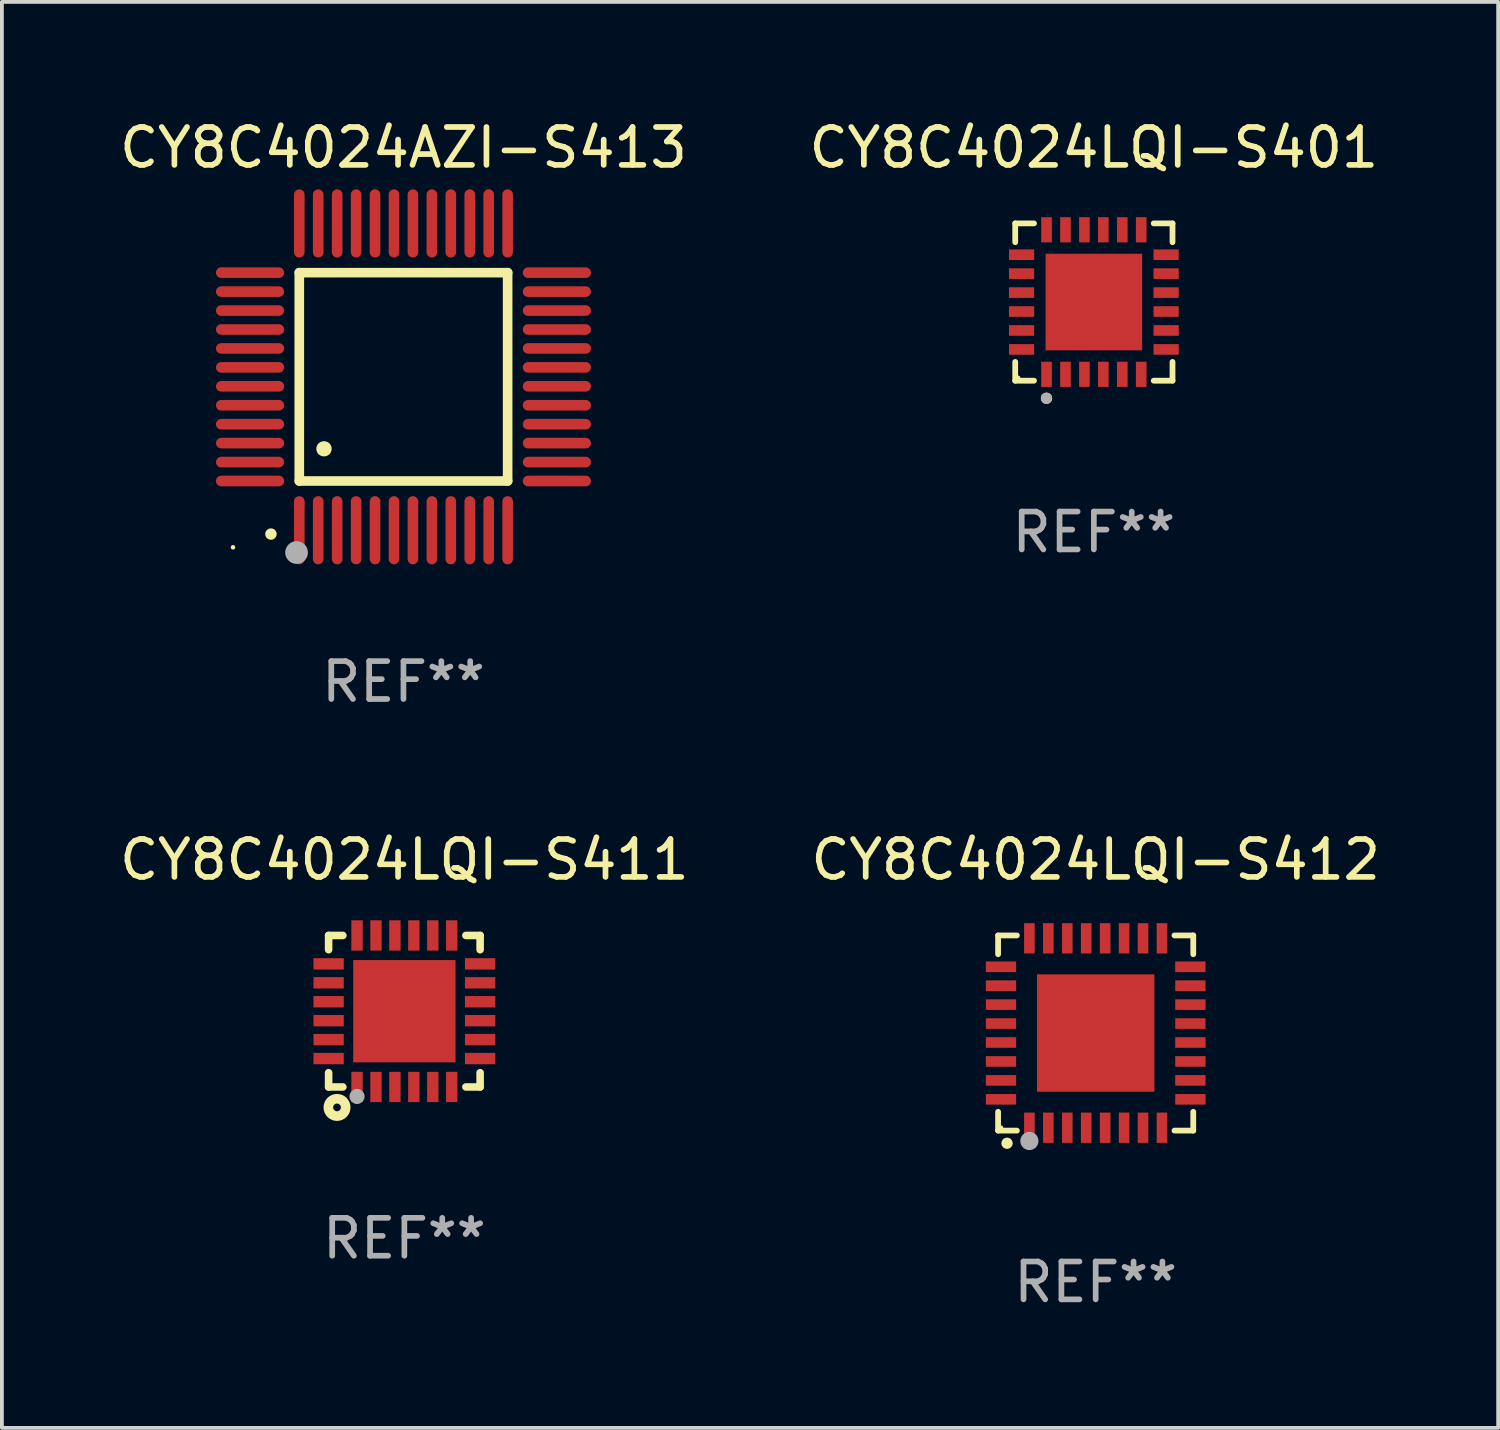
<source format=kicad_pcb>
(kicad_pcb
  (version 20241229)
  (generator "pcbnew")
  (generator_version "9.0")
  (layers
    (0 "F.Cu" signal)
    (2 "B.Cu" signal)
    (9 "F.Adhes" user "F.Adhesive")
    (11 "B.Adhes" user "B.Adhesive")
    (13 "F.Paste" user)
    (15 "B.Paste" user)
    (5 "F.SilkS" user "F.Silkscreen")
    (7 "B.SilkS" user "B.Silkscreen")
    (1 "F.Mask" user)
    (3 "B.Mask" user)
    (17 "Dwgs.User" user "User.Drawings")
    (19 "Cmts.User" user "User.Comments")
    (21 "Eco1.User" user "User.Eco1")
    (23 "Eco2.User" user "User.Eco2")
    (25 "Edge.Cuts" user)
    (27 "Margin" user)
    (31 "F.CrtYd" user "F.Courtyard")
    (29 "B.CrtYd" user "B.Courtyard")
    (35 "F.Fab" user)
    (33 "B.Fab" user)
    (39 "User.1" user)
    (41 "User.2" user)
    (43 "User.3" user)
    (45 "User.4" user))
  (footprint "CY8C4024LQI-S411"
    (layer "F.Cu")
    (at 7.625 23.645)
    (property "Reference" "CY8C4024LQI-S411" (at 0 -4 0) (layer "F.SilkS") (effects (font (size 1 1) (thickness 0.15))))
    (attr through_hole)
    (fp_line (start -2 -2) (end -1.624 -2) (stroke (width 0.2) (type solid)) (layer "F.SilkS"))
    (fp_line (start -2 -1.624) (end -2 -2) (stroke (width 0.2) (type solid)) (layer "F.SilkS"))
    (fp_line (start -2 2) (end -2 1.624) (stroke (width 0.2) (type solid)) (layer "F.SilkS"))
    (fp_line (start -2 2) (end -1.624 2) (stroke (width 0.2) (type solid)) (layer "F.SilkS"))
    (fp_line (start 1.624 -2) (end 2 -2) (stroke (width 0.2) (type solid)) (layer "F.SilkS"))
    (fp_line (start 1.624 2) (end 2 2) (stroke (width 0.2) (type solid)) (layer "F.SilkS"))
    (fp_line (start 2 -2) (end 2 -1.624) (stroke (width 0.2) (type solid)) (layer "F.SilkS"))
    (fp_line (start 2 1.624) (end 2 2) (stroke (width 0.2) (type solid)) (layer "F.SilkS"))
    (fp_circle (center -2 2) (end -1.97 2) (stroke (width 0.06) (type solid)) (fill no) (layer "F.SilkS"))
    (fp_circle (center -1.778 2.54) (end -1.676 2.54) (stroke (width 0.254) (type solid)) (fill no) (layer "F.SilkS"))
    (fp_circle (center -1.25 2.25) (end -1.15 2.25) (stroke (width 0.2) (type solid)) (fill no) (layer "F.Fab"))
    (fp_text user "REF**" (at 0 6 0) (layer "F.Fab") (effects (font (size 1 1) (thickness 0.15))))
    (pad "1" smd rect (at -1.25 2) (size 0.3 0.8) (layers "F.Cu" "F.Mask" "F.Paste"))
    (pad "2" smd rect (at -0.75 2) (size 0.3 0.8) (layers "F.Cu" "F.Mask" "F.Paste"))
    (pad "3" smd rect (at -0.25 2) (size 0.3 0.8) (layers "F.Cu" "F.Mask" "F.Paste"))
    (pad "4" smd rect (at 0.25 2) (size 0.3 0.8) (layers "F.Cu" "F.Mask" "F.Paste"))
    (pad "5" smd rect (at 0.75 2) (size 0.3 0.8) (layers "F.Cu" "F.Mask" "F.Paste"))
    (pad "6" smd rect (at 1.25 2) (size 0.3 0.8) (layers "F.Cu" "F.Mask" "F.Paste"))
    (pad "7" smd rect (at 2 1.25 90) (size 0.3 0.8) (layers "F.Cu" "F.Mask" "F.Paste"))
    (pad "8" smd rect (at 2 0.75 90) (size 0.3 0.8) (layers "F.Cu" "F.Mask" "F.Paste"))
    (pad "9" smd rect (at 2 0.25 90) (size 0.3 0.8) (layers "F.Cu" "F.Mask" "F.Paste"))
    (pad "10" smd rect (at 2 -0.25 90) (size 0.3 0.8) (layers "F.Cu" "F.Mask" "F.Paste"))
    (pad "11" smd rect (at 2 -0.75 90) (size 0.3 0.8) (layers "F.Cu" "F.Mask" "F.Paste"))
    (pad "12" smd rect (at 2 -1.25 90) (size 0.3 0.8) (layers "F.Cu" "F.Mask" "F.Paste"))
    (pad "13" smd rect (at 1.25 -2 180) (size 0.3 0.8) (layers "F.Cu" "F.Mask" "F.Paste"))
    (pad "14" smd rect (at 0.75 -2 180) (size 0.3 0.8) (layers "F.Cu" "F.Mask" "F.Paste"))
    (pad "15" smd rect (at 0.25 -2 180) (size 0.3 0.8) (layers "F.Cu" "F.Mask" "F.Paste"))
    (pad "16" smd rect (at -0.25 -2 180) (size 0.3 0.8) (layers "F.Cu" "F.Mask" "F.Paste"))
    (pad "17" smd rect (at -0.75 -2 180) (size 0.3 0.8) (layers "F.Cu" "F.Mask" "F.Paste"))
    (pad "18" smd rect (at -1.25 -2 180) (size 0.3 0.8) (layers "F.Cu" "F.Mask" "F.Paste"))
    (pad "19" smd rect (at -2 -1.25 270) (size 0.3 0.8) (layers "F.Cu" "F.Mask" "F.Paste"))
    (pad "20" smd rect (at -2 -0.75 270) (size 0.3 0.8) (layers "F.Cu" "F.Mask" "F.Paste"))
    (pad "21" smd rect (at -2 -0.25 270) (size 0.3 0.8) (layers "F.Cu" "F.Mask" "F.Paste"))
    (pad "22" smd rect (at -2 0.25 270) (size 0.3 0.8) (layers "F.Cu" "F.Mask" "F.Paste"))
    (pad "23" smd rect (at -2 0.75 270) (size 0.3 0.8) (layers "F.Cu" "F.Mask" "F.Paste"))
    (pad "24" smd rect (at -2 1.25 270) (size 0.3 0.8) (layers "F.Cu" "F.Mask" "F.Paste"))
    (pad "25" smd rect (at 0 0) (size 2.7 2.7) (layers "F.Cu" "F.Mask" "F.Paste")))
  (footprint "CY8C4024LQI-S401"
    (layer "F.Cu")
    (at 25.827 4.924)
    (property "Reference" "CY8C4024LQI-S401" (at 0 -4.076 0) (layer "F.SilkS") (effects (font (size 1 1) (thickness 0.15))))
    (attr through_hole)
    (fp_line (start -2.076 -2.076) (end -1.58 -2.076) (stroke (width 0.152) (type solid)) (layer "F.SilkS"))
    (fp_line (start -2.076 -1.58) (end -2.076 -2.076) (stroke (width 0.152) (type solid)) (layer "F.SilkS"))
    (fp_line (start -2.076 1.58) (end -2.076 2.076) (stroke (width 0.152) (type solid)) (layer "F.SilkS"))
    (fp_line (start -2.076 2.076) (end -1.58 2.076) (stroke (width 0.152) (type solid)) (layer "F.SilkS"))
    (fp_line (start 2.076 -2.076) (end 1.58 -2.076) (stroke (width 0.152) (type solid)) (layer "F.SilkS"))
    (fp_line (start 2.076 -1.58) (end 2.076 -2.076) (stroke (width 0.152) (type solid)) (layer "F.SilkS"))
    (fp_line (start 2.076 1.58) (end 2.076 2.076) (stroke (width 0.152) (type solid)) (layer "F.SilkS"))
    (fp_line (start 2.076 2.076) (end 1.58 2.076) (stroke (width 0.152) (type solid)) (layer "F.SilkS"))
    (fp_circle (center -2 2) (end -1.97 2) (stroke (width 0.06) (type solid)) (fill no) (layer "F.SilkS"))
    (fp_circle (center -1.25 2.54) (end -1.175 2.54) (stroke (width 0.15) (type solid)) (fill no) (layer "F.SilkS"))
    (fp_circle (center -1.25 2.54) (end -1.175 2.54) (stroke (width 0.15) (type solid)) (fill no) (layer "F.Fab"))
    (fp_text user "REF**" (at 0 6.076 0) (layer "F.Fab") (effects (font (size 1 1) (thickness 0.15))))
    (pad "1" smd rect (at -1.25 1.908) (size 0.28 0.665) (layers "F.Cu" "F.Mask" "F.Paste"))
    (pad "2" smd rect (at -0.75 1.908) (size 0.28 0.665) (layers "F.Cu" "F.Mask" "F.Paste"))
    (pad "3" smd rect (at -0.25 1.908) (size 0.28 0.665) (layers "F.Cu" "F.Mask" "F.Paste"))
    (pad "4" smd rect (at 0.25 1.908) (size 0.28 0.665) (layers "F.Cu" "F.Mask" "F.Paste"))
    (pad "5" smd rect (at 0.75 1.908) (size 0.28 0.665) (layers "F.Cu" "F.Mask" "F.Paste"))
    (pad "6" smd rect (at 1.25 1.908) (size 0.28 0.665) (layers "F.Cu" "F.Mask" "F.Paste"))
    (pad "7" smd rect (at 1.908 1.25) (size 0.665 0.28) (layers "F.Cu" "F.Mask" "F.Paste"))
    (pad "8" smd rect (at 1.908 0.75) (size 0.665 0.28) (layers "F.Cu" "F.Mask" "F.Paste"))
    (pad "9" smd rect (at 1.908 0.25) (size 0.665 0.28) (layers "F.Cu" "F.Mask" "F.Paste"))
    (pad "10" smd rect (at 1.908 -0.25) (size 0.665 0.28) (layers "F.Cu" "F.Mask" "F.Paste"))
    (pad "11" smd rect (at 1.908 -0.75) (size 0.665 0.28) (layers "F.Cu" "F.Mask" "F.Paste"))
    (pad "12" smd rect (at 1.908 -1.25) (size 0.665 0.28) (layers "F.Cu" "F.Mask" "F.Paste"))
    (pad "13" smd rect (at 1.25 -1.908) (size 0.28 0.665) (layers "F.Cu" "F.Mask" "F.Paste"))
    (pad "14" smd rect (at 0.75 -1.908) (size 0.28 0.665) (layers "F.Cu" "F.Mask" "F.Paste"))
    (pad "15" smd rect (at 0.25 -1.908) (size 0.28 0.665) (layers "F.Cu" "F.Mask" "F.Paste"))
    (pad "16" smd rect (at -0.25 -1.908) (size 0.28 0.665) (layers "F.Cu" "F.Mask" "F.Paste"))
    (pad "17" smd rect (at -0.75 -1.908) (size 0.28 0.665) (layers "F.Cu" "F.Mask" "F.Paste"))
    (pad "18" smd rect (at -1.25 -1.908) (size 0.28 0.665) (layers "F.Cu" "F.Mask" "F.Paste"))
    (pad "19" smd rect (at -1.908 -1.25) (size 0.665 0.28) (layers "F.Cu" "F.Mask" "F.Paste"))
    (pad "20" smd rect (at -1.908 -0.75) (size 0.665 0.28) (layers "F.Cu" "F.Mask" "F.Paste"))
    (pad "21" smd rect (at -1.908 -0.25) (size 0.665 0.28) (layers "F.Cu" "F.Mask" "F.Paste"))
    (pad "22" smd rect (at -1.908 0.25) (size 0.665 0.28) (layers "F.Cu" "F.Mask" "F.Paste"))
    (pad "23" smd rect (at -1.908 0.75) (size 0.665 0.28) (layers "F.Cu" "F.Mask" "F.Paste"))
    (pad "24" smd rect (at -1.908 1.25) (size 0.665 0.28) (layers "F.Cu" "F.Mask" "F.Paste"))
    (pad "25" smd rect (at 0 0) (size 2.55 2.55) (layers "F.Cu" "F.Mask" "F.Paste")))
  (footprint "CY8C4024AZI-S413"
    (layer "F.Cu")
    (at 7.601 6.898)
    (property "Reference" "CY8C4024AZI-S413" (at 0 -6.05 0) (layer "F.SilkS") (effects (font (size 1 1) (thickness 0.15))))
    (attr through_hole)
    (fp_line (start -2.75 -2.75) (end 2.75 -2.75) (stroke (width 0.254) (type solid)) (layer "F.SilkS"))
    (fp_line (start -2.75 2.75) (end -2.75 -2.75) (stroke (width 0.254) (type solid)) (layer "F.SilkS"))
    (fp_line (start 2.75 -2.75) (end 2.75 2.75) (stroke (width 0.254) (type solid)) (layer "F.SilkS"))
    (fp_line (start 2.75 2.75) (end -2.75 2.75) (stroke (width 0.254) (type solid)) (layer "F.SilkS"))
    (fp_arc (start -3.500127 4.150368) (mid -3.498857 4.150363) (end -3.497587 4.150368) (stroke (width 0.3) (type solid)) (layer "F.SilkS"))
    (fp_arc (start -2.100584 1.899924) (mid -2.098044 1.899908) (end -2.095504 1.899924) (stroke (width 0.4) (type solid)) (layer "F.SilkS"))
    (fp_circle (center -4.5 4.5) (end -4.47 4.5) (stroke (width 0.06) (type solid)) (fill no) (layer "F.SilkS"))
    (fp_circle (center -2.822 4.638) (end -2.672 4.638) (stroke (width 0.3) (type solid)) (fill no) (layer "F.Fab"))
    (fp_text user "REF**" (at 0 8.05 0) (layer "F.Fab") (effects (font (size 1 1) (thickness 0.15))))
    (pad "1" smd oval (at -2.75 4.05) (size 0.28 1.8) (layers "F.Cu" "F.Mask" "F.Paste"))
    (pad "2" smd oval (at -2.25 4.05) (size 0.28 1.8) (layers "F.Cu" "F.Mask" "F.Paste"))
    (pad "3" smd oval (at -1.75 4.05) (size 0.28 1.8) (layers "F.Cu" "F.Mask" "F.Paste"))
    (pad "4" smd oval (at -1.25 4.05) (size 0.28 1.8) (layers "F.Cu" "F.Mask" "F.Paste"))
    (pad "5" smd oval (at -0.75 4.05) (size 0.28 1.8) (layers "F.Cu" "F.Mask" "F.Paste"))
    (pad "6" smd oval (at -0.25 4.05) (size 0.28 1.8) (layers "F.Cu" "F.Mask" "F.Paste"))
    (pad "7" smd oval (at 0.25 4.05) (size 0.28 1.8) (layers "F.Cu" "F.Mask" "F.Paste"))
    (pad "8" smd oval (at 0.75 4.05) (size 0.28 1.8) (layers "F.Cu" "F.Mask" "F.Paste"))
    (pad "9" smd oval (at 1.25 4.05) (size 0.28 1.8) (layers "F.Cu" "F.Mask" "F.Paste"))
    (pad "10" smd oval (at 1.75 4.05) (size 0.28 1.8) (layers "F.Cu" "F.Mask" "F.Paste"))
    (pad "11" smd oval (at 2.25 4.05) (size 0.28 1.8) (layers "F.Cu" "F.Mask" "F.Paste"))
    (pad "12" smd oval (at 2.75 4.05) (size 0.28 1.8) (layers "F.Cu" "F.Mask" "F.Paste"))
    (pad "13" smd oval (at 4.05 2.75) (size 1.8 0.28) (layers "F.Cu" "F.Mask" "F.Paste"))
    (pad "14" smd oval (at 4.05 2.25) (size 1.8 0.28) (layers "F.Cu" "F.Mask" "F.Paste"))
    (pad "15" smd oval (at 4.05 1.75) (size 1.8 0.28) (layers "F.Cu" "F.Mask" "F.Paste"))
    (pad "16" smd oval (at 4.05 1.25) (size 1.8 0.28) (layers "F.Cu" "F.Mask" "F.Paste"))
    (pad "17" smd oval (at 4.05 0.75) (size 1.8 0.28) (layers "F.Cu" "F.Mask" "F.Paste"))
    (pad "18" smd oval (at 4.05 0.25) (size 1.8 0.28) (layers "F.Cu" "F.Mask" "F.Paste"))
    (pad "19" smd oval (at 4.05 -0.25) (size 1.8 0.28) (layers "F.Cu" "F.Mask" "F.Paste"))
    (pad "20" smd oval (at 4.05 -0.75) (size 1.8 0.28) (layers "F.Cu" "F.Mask" "F.Paste"))
    (pad "21" smd oval (at 4.05 -1.25) (size 1.8 0.28) (layers "F.Cu" "F.Mask" "F.Paste"))
    (pad "22" smd oval (at 4.05 -1.75) (size 1.8 0.28) (layers "F.Cu" "F.Mask" "F.Paste"))
    (pad "23" smd oval (at 4.05 -2.25) (size 1.8 0.28) (layers "F.Cu" "F.Mask" "F.Paste"))
    (pad "24" smd oval (at 4.05 -2.75) (size 1.8 0.28) (layers "F.Cu" "F.Mask" "F.Paste"))
    (pad "25" smd oval (at 2.75 -4.05) (size 0.28 1.8) (layers "F.Cu" "F.Mask" "F.Paste"))
    (pad "26" smd oval (at 2.25 -4.05) (size 0.28 1.8) (layers "F.Cu" "F.Mask" "F.Paste"))
    (pad "27" smd oval (at 1.75 -4.05) (size 0.28 1.8) (layers "F.Cu" "F.Mask" "F.Paste"))
    (pad "28" smd oval (at 1.25 -4.05) (size 0.28 1.8) (layers "F.Cu" "F.Mask" "F.Paste"))
    (pad "29" smd oval (at 0.75 -4.05) (size 0.28 1.8) (layers "F.Cu" "F.Mask" "F.Paste"))
    (pad "30" smd oval (at 0.25 -4.05) (size 0.28 1.8) (layers "F.Cu" "F.Mask" "F.Paste"))
    (pad "31" smd oval (at -0.25 -4.05) (size 0.28 1.8) (layers "F.Cu" "F.Mask" "F.Paste"))
    (pad "32" smd oval (at -0.75 -4.05) (size 0.28 1.8) (layers "F.Cu" "F.Mask" "F.Paste"))
    (pad "33" smd oval (at -1.25 -4.05) (size 0.28 1.8) (layers "F.Cu" "F.Mask" "F.Paste"))
    (pad "34" smd oval (at -1.75 -4.05) (size 0.28 1.8) (layers "F.Cu" "F.Mask" "F.Paste"))
    (pad "35" smd oval (at -2.25 -4.05) (size 0.28 1.8) (layers "F.Cu" "F.Mask" "F.Paste"))
    (pad "36" smd oval (at -2.75 -4.05) (size 0.28 1.8) (layers "F.Cu" "F.Mask" "F.Paste"))
    (pad "37" smd oval (at -4.05 -2.75) (size 1.8 0.28) (layers "F.Cu" "F.Mask" "F.Paste"))
    (pad "38" smd oval (at -4.05 -2.25) (size 1.8 0.28) (layers "F.Cu" "F.Mask" "F.Paste"))
    (pad "39" smd oval (at -4.05 -1.75) (size 1.8 0.28) (layers "F.Cu" "F.Mask" "F.Paste"))
    (pad "40" smd oval (at -4.05 -1.25) (size 1.8 0.28) (layers "F.Cu" "F.Mask" "F.Paste"))
    (pad "41" smd oval (at -4.05 -0.75) (size 1.8 0.28) (layers "F.Cu" "F.Mask" "F.Paste"))
    (pad "42" smd oval (at -4.05 -0.25) (size 1.8 0.28) (layers "F.Cu" "F.Mask" "F.Paste"))
    (pad "43" smd oval (at -4.05 0.25) (size 1.8 0.28) (layers "F.Cu" "F.Mask" "F.Paste"))
    (pad "44" smd oval (at -4.05 0.75) (size 1.8 0.28) (layers "F.Cu" "F.Mask" "F.Paste"))
    (pad "45" smd oval (at -4.05 1.25) (size 1.8 0.28) (layers "F.Cu" "F.Mask" "F.Paste"))
    (pad "46" smd oval (at -4.05 1.75) (size 1.8 0.28) (layers "F.Cu" "F.Mask" "F.Paste"))
    (pad "47" smd oval (at -4.05 2.25) (size 1.8 0.28) (layers "F.Cu" "F.Mask" "F.Paste"))
    (pad "48" smd oval (at -4.05 2.75) (size 1.8 0.28) (layers "F.Cu" "F.Mask" "F.Paste")))
  (footprint "CY8C4024LQI-S412"
    (layer "F.Cu")
    (at 25.875 24.221)
    (property "Reference" "CY8C4024LQI-S412" (at 0 -4.576 0) (layer "F.SilkS") (effects (font (size 1 1) (thickness 0.15))))
    (attr through_hole)
    (fp_line (start -2.576 -2.576) (end -2.08 -2.576) (stroke (width 0.152) (type solid)) (layer "F.SilkS"))
    (fp_line (start -2.576 -2.08) (end -2.576 -2.576) (stroke (width 0.152) (type solid)) (layer "F.SilkS"))
    (fp_line (start -2.576 2.08) (end -2.576 2.576) (stroke (width 0.152) (type solid)) (layer "F.SilkS"))
    (fp_line (start -2.576 2.576) (end -2.08 2.576) (stroke (width 0.152) (type solid)) (layer "F.SilkS"))
    (fp_line (start 2.576 -2.576) (end 2.08 -2.576) (stroke (width 0.152) (type solid)) (layer "F.SilkS"))
    (fp_line (start 2.576 -2.08) (end 2.576 -2.576) (stroke (width 0.152) (type solid)) (layer "F.SilkS"))
    (fp_line (start 2.576 2.08) (end 2.576 2.576) (stroke (width 0.152) (type solid)) (layer "F.SilkS"))
    (fp_line (start 2.576 2.576) (end 2.08 2.576) (stroke (width 0.152) (type solid)) (layer "F.SilkS"))
    (fp_circle (center -2.5 2.5) (end -2.47 2.5) (stroke (width 0.06) (type solid)) (fill no) (layer "F.SilkS"))
    (fp_circle (center -2.34 2.91) (end -2.265 2.91) (stroke (width 0.15) (type solid)) (fill no) (layer "F.SilkS"))
    (fp_circle (center -1.75 2.85) (end -1.63 2.85) (stroke (width 0.24) (type solid)) (fill no) (layer "F.Fab"))
    (fp_text user "REF**" (at 0 6.576 0) (layer "F.Fab") (effects (font (size 1 1) (thickness 0.15))))
    (pad "1" smd rect (at -1.75 2.5) (size 0.28 0.8) (layers "F.Cu" "F.Mask" "F.Paste"))
    (pad "2" smd rect (at -1.25 2.5) (size 0.28 0.8) (layers "F.Cu" "F.Mask" "F.Paste"))
    (pad "3" smd rect (at -0.75 2.5) (size 0.28 0.8) (layers "F.Cu" "F.Mask" "F.Paste"))
    (pad "4" smd rect (at -0.25 2.5) (size 0.28 0.8) (layers "F.Cu" "F.Mask" "F.Paste"))
    (pad "5" smd rect (at 0.25 2.5) (size 0.28 0.8) (layers "F.Cu" "F.Mask" "F.Paste"))
    (pad "6" smd rect (at 0.75 2.5) (size 0.28 0.8) (layers "F.Cu" "F.Mask" "F.Paste"))
    (pad "7" smd rect (at 1.25 2.5) (size 0.28 0.8) (layers "F.Cu" "F.Mask" "F.Paste"))
    (pad "8" smd rect (at 1.75 2.5) (size 0.28 0.8) (layers "F.Cu" "F.Mask" "F.Paste"))
    (pad "9" smd rect (at 2.5 1.75) (size 0.8 0.28) (layers "F.Cu" "F.Mask" "F.Paste"))
    (pad "10" smd rect (at 2.5 1.25) (size 0.8 0.28) (layers "F.Cu" "F.Mask" "F.Paste"))
    (pad "11" smd rect (at 2.5 0.75) (size 0.8 0.28) (layers "F.Cu" "F.Mask" "F.Paste"))
    (pad "12" smd rect (at 2.5 0.25) (size 0.8 0.28) (layers "F.Cu" "F.Mask" "F.Paste"))
    (pad "13" smd rect (at 2.5 -0.25) (size 0.8 0.28) (layers "F.Cu" "F.Mask" "F.Paste"))
    (pad "14" smd rect (at 2.5 -0.75) (size 0.8 0.28) (layers "F.Cu" "F.Mask" "F.Paste"))
    (pad "15" smd rect (at 2.5 -1.25) (size 0.8 0.28) (layers "F.Cu" "F.Mask" "F.Paste"))
    (pad "16" smd rect (at 2.5 -1.75) (size 0.8 0.28) (layers "F.Cu" "F.Mask" "F.Paste"))
    (pad "17" smd rect (at 1.75 -2.5) (size 0.28 0.8) (layers "F.Cu" "F.Mask" "F.Paste"))
    (pad "18" smd rect (at 1.25 -2.5) (size 0.28 0.8) (layers "F.Cu" "F.Mask" "F.Paste"))
    (pad "19" smd rect (at 0.75 -2.5) (size 0.28 0.8) (layers "F.Cu" "F.Mask" "F.Paste"))
    (pad "20" smd rect (at 0.25 -2.5) (size 0.28 0.8) (layers "F.Cu" "F.Mask" "F.Paste"))
    (pad "21" smd rect (at -0.25 -2.5) (size 0.28 0.8) (layers "F.Cu" "F.Mask" "F.Paste"))
    (pad "22" smd rect (at -0.75 -2.5) (size 0.28 0.8) (layers "F.Cu" "F.Mask" "F.Paste"))
    (pad "23" smd rect (at -1.25 -2.5) (size 0.28 0.8) (layers "F.Cu" "F.Mask" "F.Paste"))
    (pad "24" smd rect (at -1.75 -2.5) (size 0.28 0.8) (layers "F.Cu" "F.Mask" "F.Paste"))
    (pad "25" smd rect (at -2.5 -1.75) (size 0.8 0.28) (layers "F.Cu" "F.Mask" "F.Paste"))
    (pad "26" smd rect (at -2.5 -1.25) (size 0.8 0.28) (layers "F.Cu" "F.Mask" "F.Paste"))
    (pad "27" smd rect (at -2.5 -0.75) (size 0.8 0.28) (layers "F.Cu" "F.Mask" "F.Paste"))
    (pad "28" smd rect (at -2.5 -0.25) (size 0.8 0.28) (layers "F.Cu" "F.Mask" "F.Paste"))
    (pad "29" smd rect (at -2.5 0.25) (size 0.8 0.28) (layers "F.Cu" "F.Mask" "F.Paste"))
    (pad "30" smd rect (at -2.5 0.75) (size 0.8 0.28) (layers "F.Cu" "F.Mask" "F.Paste"))
    (pad "31" smd rect (at -2.5 1.25) (size 0.8 0.28) (layers "F.Cu" "F.Mask" "F.Paste"))
    (pad "32" smd rect (at -2.5 1.75) (size 0.8 0.28) (layers "F.Cu" "F.Mask" "F.Paste"))
    (pad "33" smd rect (at 0 0) (size 3.1 3.1) (layers "F.Cu" "F.Mask" "F.Paste")))
  (gr_rect
    (start -3 -3)
    (end 36.5 34.645)
    (stroke (width 0.1) (type default))
    (fill no)
    (layer "Edge.Cuts")))
</source>
